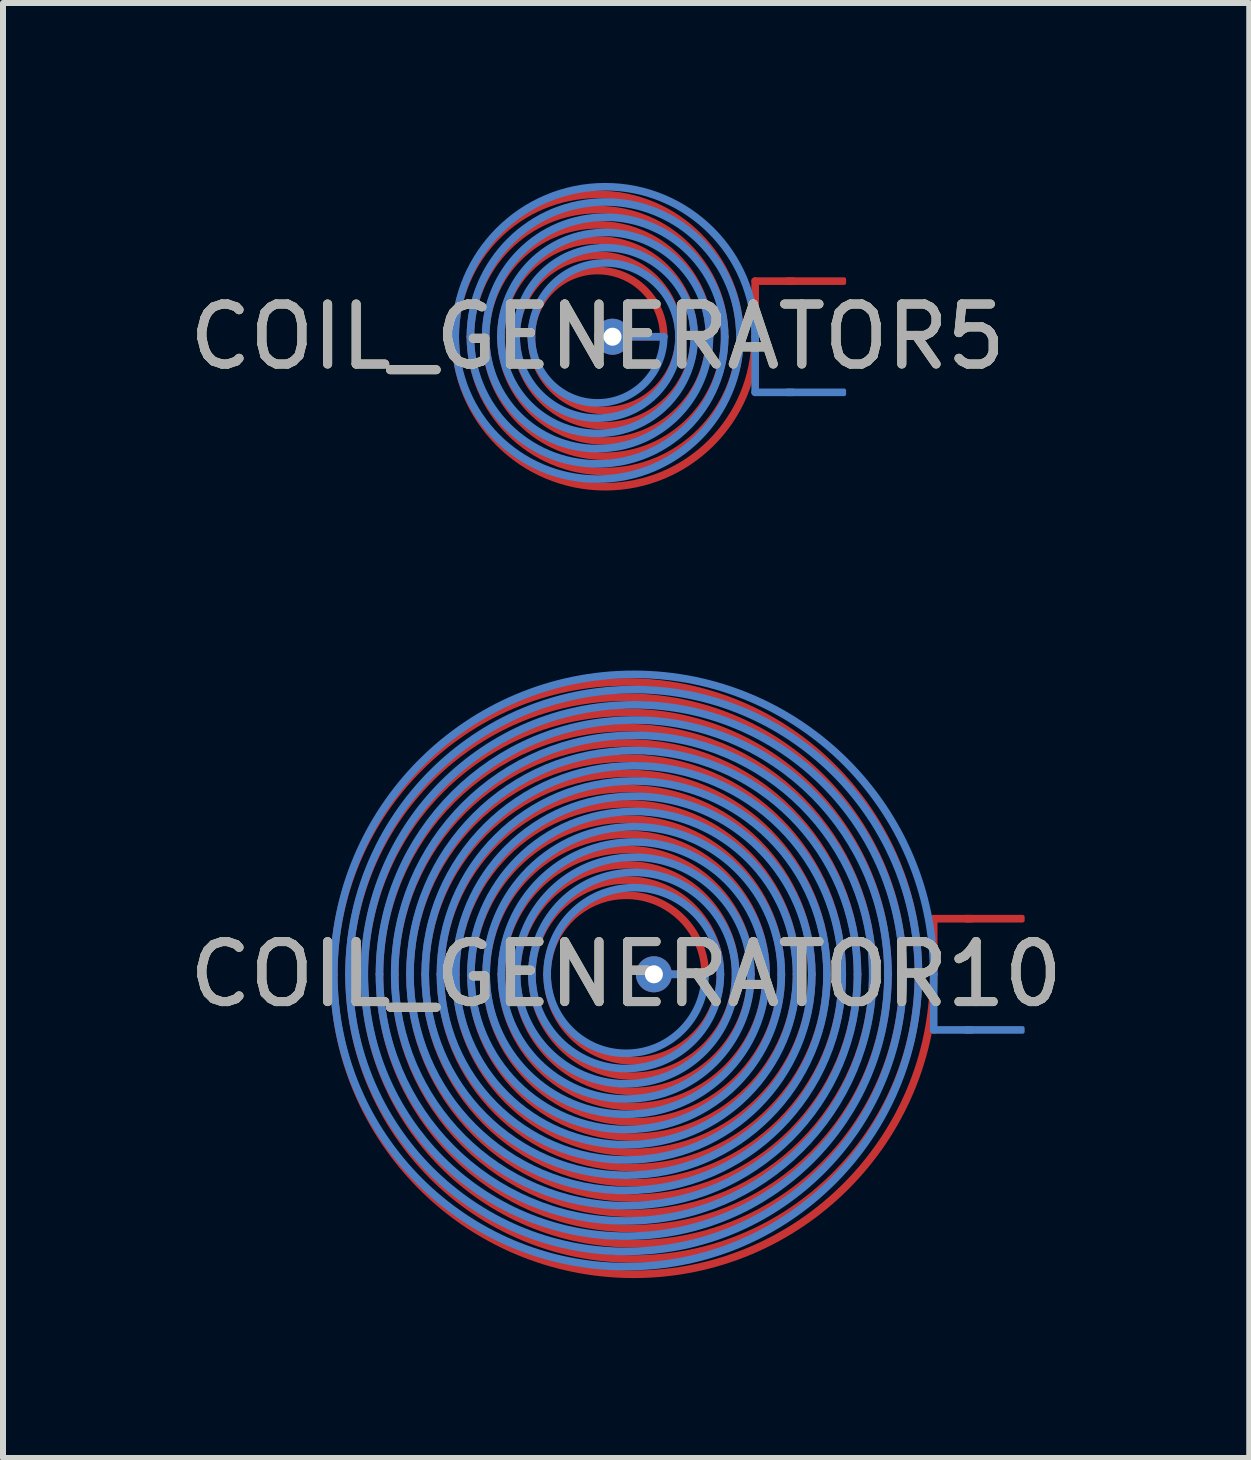
<source format=kicad_pcb>
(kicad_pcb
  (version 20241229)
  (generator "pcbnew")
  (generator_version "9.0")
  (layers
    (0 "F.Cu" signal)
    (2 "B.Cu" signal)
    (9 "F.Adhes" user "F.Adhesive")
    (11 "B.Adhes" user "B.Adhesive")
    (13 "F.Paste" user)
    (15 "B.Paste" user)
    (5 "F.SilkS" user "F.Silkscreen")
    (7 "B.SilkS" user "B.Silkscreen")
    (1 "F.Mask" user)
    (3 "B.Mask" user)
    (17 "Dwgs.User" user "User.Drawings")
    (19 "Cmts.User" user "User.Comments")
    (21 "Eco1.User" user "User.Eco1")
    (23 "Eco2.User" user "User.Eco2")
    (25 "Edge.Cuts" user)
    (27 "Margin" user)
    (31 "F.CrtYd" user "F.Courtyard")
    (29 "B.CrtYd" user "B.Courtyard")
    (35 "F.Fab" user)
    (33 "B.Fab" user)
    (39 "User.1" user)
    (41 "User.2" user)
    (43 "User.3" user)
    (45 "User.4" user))
  (footprint "COIL_GENERATOR5"
    (layer "F.Cu")
    (at 6.911 2.563)
    (property "Reference" "COIL_GENERATOR5" (at 0 0 0) (unlocked yes) (layer "F.SilkS") (effects (font (size 1 1) (thickness 0.15))))
    (attr smd exclude_from_pos_files exclude_from_bom allow_missing_courtyard)
    (fp_line (start 1.103 0) (end 0.249 0) (stroke (width 0.127) (type default)) (layer "F.Cu"))
    (fp_line (start 2.627 -0.927) (end 3.254 -0.927) (stroke (width 0.127) (type default)) (layer "F.Cu"))
    (fp_line (start 2.627 0) (end 2.627 -0.927) (stroke (width 0.127) (type default)) (layer "F.Cu"))
    (fp_arc (start -2.373 0) (mid 0 -2.373) (end 2.373 0) (stroke (width 0.127) (type default)) (layer "F.Cu"))
    (fp_arc (start -2.119 0) (mid 0 -2.119) (end 2.119 0) (stroke (width 0.127) (type default)) (layer "F.Cu"))
    (fp_arc (start -1.865 0) (mid 0 -1.865) (end 1.865 0) (stroke (width 0.127) (type default)) (layer "F.Cu"))
    (fp_arc (start -1.611 0) (mid 0 -1.611) (end 1.611 0) (stroke (width 0.127) (type default)) (layer "F.Cu"))
    (fp_arc (start -1.357 0) (mid 0 -1.357) (end 1.357 0) (stroke (width 0.127) (type default)) (layer "F.Cu"))
    (fp_arc (start -1.103 0) (mid 0 -1.103) (end 1.103 0) (stroke (width 0.127) (type default)) (layer "F.Cu"))
    (fp_arc (start 1.357 0) (mid 0.127 1.23) (end -1.103 0) (stroke (width 0.127) (type default)) (layer "F.Cu"))
    (fp_arc (start 1.611 0) (mid 0.127 1.484) (end -1.357 0) (stroke (width 0.127) (type default)) (layer "F.Cu"))
    (fp_arc (start 1.865 0) (mid 0.127 1.738) (end -1.611 0) (stroke (width 0.127) (type default)) (layer "F.Cu"))
    (fp_arc (start 2.119 0) (mid 0.127 1.992) (end -1.865 0) (stroke (width 0.127) (type default)) (layer "F.Cu"))
    (fp_arc (start 2.373 0) (mid 0.127 2.246) (end -2.119 0) (stroke (width 0.127) (type default)) (layer "F.Cu"))
    (fp_arc (start 2.627 0) (mid 0.127 2.5) (end -2.373 0) (stroke (width 0.127) (type default)) (layer "F.Cu"))
    (fp_line (start 1.103 0) (end 0.249 0) (stroke (width 0.127) (type default)) (layer "B.Cu"))
    (fp_line (start 2.627 0) (end 2.627 0.927) (stroke (width 0.127) (type default)) (layer "B.Cu"))
    (fp_line (start 2.627 0.927) (end 3.254 0.927) (stroke (width 0.127) (type default)) (layer "B.Cu"))
    (fp_arc (start -2.373 0) (mid 0.127 -2.5) (end 2.627 0) (stroke (width 0.127) (type default)) (layer "B.Cu"))
    (fp_arc (start -2.119 0) (mid 0.127 -2.246) (end 2.373 0) (stroke (width 0.127) (type default)) (layer "B.Cu"))
    (fp_arc (start -1.865 0) (mid 0.127 -1.992) (end 2.119 0) (stroke (width 0.127) (type default)) (layer "B.Cu"))
    (fp_arc (start -1.611 0) (mid 0.127 -1.738) (end 1.865 0) (stroke (width 0.127) (type default)) (layer "B.Cu"))
    (fp_arc (start -1.357 0) (mid 0.127 -1.484) (end 1.611 0) (stroke (width 0.127) (type default)) (layer "B.Cu"))
    (fp_arc (start -1.103 0) (mid 0.127 -1.23) (end 1.357 0) (stroke (width 0.127) (type default)) (layer "B.Cu"))
    (fp_arc (start 1.103 0) (mid 0 1.103) (end -1.103 0) (stroke (width 0.127) (type default)) (layer "B.Cu"))
    (fp_arc (start 1.357 0) (mid 0 1.357) (end -1.357 0) (stroke (width 0.127) (type default)) (layer "B.Cu"))
    (fp_arc (start 1.611 0) (mid 0 1.611) (end -1.611 0) (stroke (width 0.127) (type default)) (layer "B.Cu"))
    (fp_arc (start 1.865 0) (mid 0 1.865) (end -1.865 0) (stroke (width 0.127) (type default)) (layer "B.Cu"))
    (fp_arc (start 2.119 0) (mid 0 2.119) (end -2.119 0) (stroke (width 0.127) (type default)) (layer "B.Cu"))
    (fp_arc (start 2.373 0) (mid 0 2.373) (end -2.373 0) (stroke (width 0.127) (type default)) (layer "B.Cu"))
    (fp_text user "${REFERENCE}" (at 0 0 0) (unlocked yes) (layer "F.Fab") (effects (font (size 1 1) (thickness 0.15))))
    (pad "0" thru_hole circle (at 0.249 0) (size 0.6 0.6) (drill 0.3) (layers "*.Cu") (remove_unused_layers yes) (keep_end_layers yes) (zone_layer_connections))
    (pad "1" smd roundrect (at 3.635 -0.927) (size 1.016 0.127) (layers "F.Cu") (roundrect_rratio 0.25))
    (pad "2" smd roundrect (at 3.635 0.927) (size 1.016 0.127) (layers "B.Cu") (roundrect_rratio 0.25)))
  (footprint "COIL_GENERATOR10"
    (layer "F.Cu")
    (at 7.387 13.191)
    (property "Reference" "COIL_GENERATOR10" (at 0 0 0) (unlocked yes) (layer "F.SilkS") (effects (font (size 1 1) (thickness 0.15))))
    (attr smd exclude_from_pos_files exclude_from_bom allow_missing_courtyard)
    (fp_line (start 1.317 0) (end 0.463 0) (stroke (width 0.127) (type default)) (layer "F.Cu"))
    (fp_line (start 5.127 -0.927) (end 5.754 -0.927) (stroke (width 0.127) (type default)) (layer "F.Cu"))
    (fp_line (start 5.127 0) (end 5.127 -0.927) (stroke (width 0.127) (type default)) (layer "F.Cu"))
    (fp_arc (start -4.873 0) (mid 0 -4.873) (end 4.873 0) (stroke (width 0.127) (type default)) (layer "F.Cu"))
    (fp_arc (start -4.619 0) (mid 0 -4.619) (end 4.619 0) (stroke (width 0.127) (type default)) (layer "F.Cu"))
    (fp_arc (start -4.365 0) (mid 0 -4.365) (end 4.365 0) (stroke (width 0.127) (type default)) (layer "F.Cu"))
    (fp_arc (start -4.111 0) (mid 0 -4.111) (end 4.111 0) (stroke (width 0.127) (type default)) (layer "F.Cu"))
    (fp_arc (start -3.857 0) (mid 0 -3.857) (end 3.857 0) (stroke (width 0.127) (type default)) (layer "F.Cu"))
    (fp_arc (start -3.603 0) (mid 0 -3.603) (end 3.603 0) (stroke (width 0.127) (type default)) (layer "F.Cu"))
    (fp_arc (start -3.349 0) (mid 0 -3.349) (end 3.349 0) (stroke (width 0.127) (type default)) (layer "F.Cu"))
    (fp_arc (start -3.095 0) (mid 0 -3.095) (end 3.095 0) (stroke (width 0.127) (type default)) (layer "F.Cu"))
    (fp_arc (start -2.841 0) (mid 0 -2.841) (end 2.841 0) (stroke (width 0.127) (type default)) (layer "F.Cu"))
    (fp_arc (start -2.587 0) (mid 0 -2.587) (end 2.587 0) (stroke (width 0.127) (type default)) (layer "F.Cu"))
    (fp_arc (start -2.333 0) (mid 0 -2.333) (end 2.333 0) (stroke (width 0.127) (type default)) (layer "F.Cu"))
    (fp_arc (start -2.079 0) (mid 0 -2.079) (end 2.079 0) (stroke (width 0.127) (type default)) (layer "F.Cu"))
    (fp_arc (start -1.825 0) (mid 0 -1.825) (end 1.825 0) (stroke (width 0.127) (type default)) (layer "F.Cu"))
    (fp_arc (start -1.571 0) (mid 0 -1.571) (end 1.571 0) (stroke (width 0.127) (type default)) (layer "F.Cu"))
    (fp_arc (start -1.317 0) (mid 0 -1.317) (end 1.317 0) (stroke (width 0.127) (type default)) (layer "F.Cu"))
    (fp_arc (start 1.571 0) (mid 0.127 1.444) (end -1.317 0) (stroke (width 0.127) (type default)) (layer "F.Cu"))
    (fp_arc (start 1.825 0) (mid 0.127 1.698) (end -1.571 0) (stroke (width 0.127) (type default)) (layer "F.Cu"))
    (fp_arc (start 2.079 0) (mid 0.127 1.952) (end -1.825 0) (stroke (width 0.127) (type default)) (layer "F.Cu"))
    (fp_arc (start 2.333 0) (mid 0.127 2.206) (end -2.079 0) (stroke (width 0.127) (type default)) (layer "F.Cu"))
    (fp_arc (start 2.587 0) (mid 0.127 2.46) (end -2.333 0) (stroke (width 0.127) (type default)) (layer "F.Cu"))
    (fp_arc (start 2.841 0) (mid 0.127 2.714) (end -2.587 0) (stroke (width 0.127) (type default)) (layer "F.Cu"))
    (fp_arc (start 3.095 0) (mid 0.127 2.968) (end -2.841 0) (stroke (width 0.127) (type default)) (layer "F.Cu"))
    (fp_arc (start 3.349 0) (mid 0.127 3.222) (end -3.095 0) (stroke (width 0.127) (type default)) (layer "F.Cu"))
    (fp_arc (start 3.603 0) (mid 0.127 3.476) (end -3.349 0) (stroke (width 0.127) (type default)) (layer "F.Cu"))
    (fp_arc (start 3.857 0) (mid 0.127 3.73) (end -3.603 0) (stroke (width 0.127) (type default)) (layer "F.Cu"))
    (fp_arc (start 4.111 0) (mid 0.127 3.984) (end -3.857 0) (stroke (width 0.127) (type default)) (layer "F.Cu"))
    (fp_arc (start 4.365 0) (mid 0.127 4.238) (end -4.111 0) (stroke (width 0.127) (type default)) (layer "F.Cu"))
    (fp_arc (start 4.619 0) (mid 0.127 4.492) (end -4.365 0) (stroke (width 0.127) (type default)) (layer "F.Cu"))
    (fp_arc (start 4.873 0) (mid 0.127 4.746) (end -4.619 0) (stroke (width 0.127) (type default)) (layer "F.Cu"))
    (fp_arc (start 5.127 0) (mid 0.127 5) (end -4.873 0) (stroke (width 0.127) (type default)) (layer "F.Cu"))
    (fp_line (start 1.317 0) (end 0.463 0) (stroke (width 0.127) (type default)) (layer "B.Cu"))
    (fp_line (start 5.127 0) (end 5.127 0.927) (stroke (width 0.127) (type default)) (layer "B.Cu"))
    (fp_line (start 5.127 0.927) (end 5.754 0.927) (stroke (width 0.127) (type default)) (layer "B.Cu"))
    (fp_arc (start -4.873 0) (mid 0.127 -5) (end 5.127 0) (stroke (width 0.127) (type default)) (layer "B.Cu"))
    (fp_arc (start -4.619 0) (mid 0.127 -4.746) (end 4.873 0) (stroke (width 0.127) (type default)) (layer "B.Cu"))
    (fp_arc (start -4.365 0) (mid 0.127 -4.492) (end 4.619 0) (stroke (width 0.127) (type default)) (layer "B.Cu"))
    (fp_arc (start -4.111 0) (mid 0.127 -4.238) (end 4.365 0) (stroke (width 0.127) (type default)) (layer "B.Cu"))
    (fp_arc (start -3.857 0) (mid 0.127 -3.984) (end 4.111 0) (stroke (width 0.127) (type default)) (layer "B.Cu"))
    (fp_arc (start -3.603 0) (mid 0.127 -3.73) (end 3.857 0) (stroke (width 0.127) (type default)) (layer "B.Cu"))
    (fp_arc (start -3.349 0) (mid 0.127 -3.476) (end 3.603 0) (stroke (width 0.127) (type default)) (layer "B.Cu"))
    (fp_arc (start -3.095 0) (mid 0.127 -3.222) (end 3.349 0) (stroke (width 0.127) (type default)) (layer "B.Cu"))
    (fp_arc (start -2.841 0) (mid 0.127 -2.968) (end 3.095 0) (stroke (width 0.127) (type default)) (layer "B.Cu"))
    (fp_arc (start -2.587 0) (mid 0.127 -2.714) (end 2.841 0) (stroke (width 0.127) (type default)) (layer "B.Cu"))
    (fp_arc (start -2.333 0) (mid 0.127 -2.46) (end 2.587 0) (stroke (width 0.127) (type default)) (layer "B.Cu"))
    (fp_arc (start -2.079 0) (mid 0.127 -2.206) (end 2.333 0) (stroke (width 0.127) (type default)) (layer "B.Cu"))
    (fp_arc (start -1.825 0) (mid 0.127 -1.952) (end 2.079 0) (stroke (width 0.127) (type default)) (layer "B.Cu"))
    (fp_arc (start -1.571 0) (mid 0.127 -1.698) (end 1.825 0) (stroke (width 0.127) (type default)) (layer "B.Cu"))
    (fp_arc (start -1.317 0) (mid 0.127 -1.444) (end 1.571 0) (stroke (width 0.127) (type default)) (layer "B.Cu"))
    (fp_arc (start 1.317 0) (mid 0 1.317) (end -1.317 0) (stroke (width 0.127) (type default)) (layer "B.Cu"))
    (fp_arc (start 1.571 0) (mid 0 1.571) (end -1.571 0) (stroke (width 0.127) (type default)) (layer "B.Cu"))
    (fp_arc (start 1.825 0) (mid 0 1.825) (end -1.825 0) (stroke (width 0.127) (type default)) (layer "B.Cu"))
    (fp_arc (start 2.079 0) (mid 0 2.079) (end -2.079 0) (stroke (width 0.127) (type default)) (layer "B.Cu"))
    (fp_arc (start 2.333 0) (mid 0 2.333) (end -2.333 0) (stroke (width 0.127) (type default)) (layer "B.Cu"))
    (fp_arc (start 2.587 0) (mid 0 2.587) (end -2.587 0) (stroke (width 0.127) (type default)) (layer "B.Cu"))
    (fp_arc (start 2.841 0) (mid 0 2.841) (end -2.841 0) (stroke (width 0.127) (type default)) (layer "B.Cu"))
    (fp_arc (start 3.095 0) (mid 0 3.095) (end -3.095 0) (stroke (width 0.127) (type default)) (layer "B.Cu"))
    (fp_arc (start 3.349 0) (mid 0 3.349) (end -3.349 0) (stroke (width 0.127) (type default)) (layer "B.Cu"))
    (fp_arc (start 3.603 0) (mid 0 3.603) (end -3.603 0) (stroke (width 0.127) (type default)) (layer "B.Cu"))
    (fp_arc (start 3.857 0) (mid 0 3.857) (end -3.857 0) (stroke (width 0.127) (type default)) (layer "B.Cu"))
    (fp_arc (start 4.111 0) (mid 0 4.111) (end -4.111 0) (stroke (width 0.127) (type default)) (layer "B.Cu"))
    (fp_arc (start 4.365 0) (mid 0 4.365) (end -4.365 0) (stroke (width 0.127) (type default)) (layer "B.Cu"))
    (fp_arc (start 4.619 0) (mid 0 4.619) (end -4.619 0) (stroke (width 0.127) (type default)) (layer "B.Cu"))
    (fp_arc (start 4.873 0) (mid 0 4.873) (end -4.873 0) (stroke (width 0.127) (type default)) (layer "B.Cu"))
    (fp_text user "${REFERENCE}" (at 0 0 0) (unlocked yes) (layer "F.Fab") (effects (font (size 1 1) (thickness 0.15))))
    (pad "0" thru_hole circle (at 0.463 0) (size 0.6 0.6) (drill 0.3) (layers "*.Cu") (remove_unused_layers yes) (keep_end_layers yes) (zone_layer_connections))
    (pad "1" smd roundrect (at 6.135 -0.927) (size 1.016 0.127) (layers "F.Cu") (roundrect_rratio 0.25))
    (pad "2" smd roundrect (at 6.135 0.927) (size 1.016 0.127) (layers "B.Cu") (roundrect_rratio 0.25)))
  (gr_rect
    (start -3 -3)
    (end 17.774 21.254)
    (stroke (width 0.1) (type default))
    (fill no)
    (layer "Edge.Cuts")))
</source>
